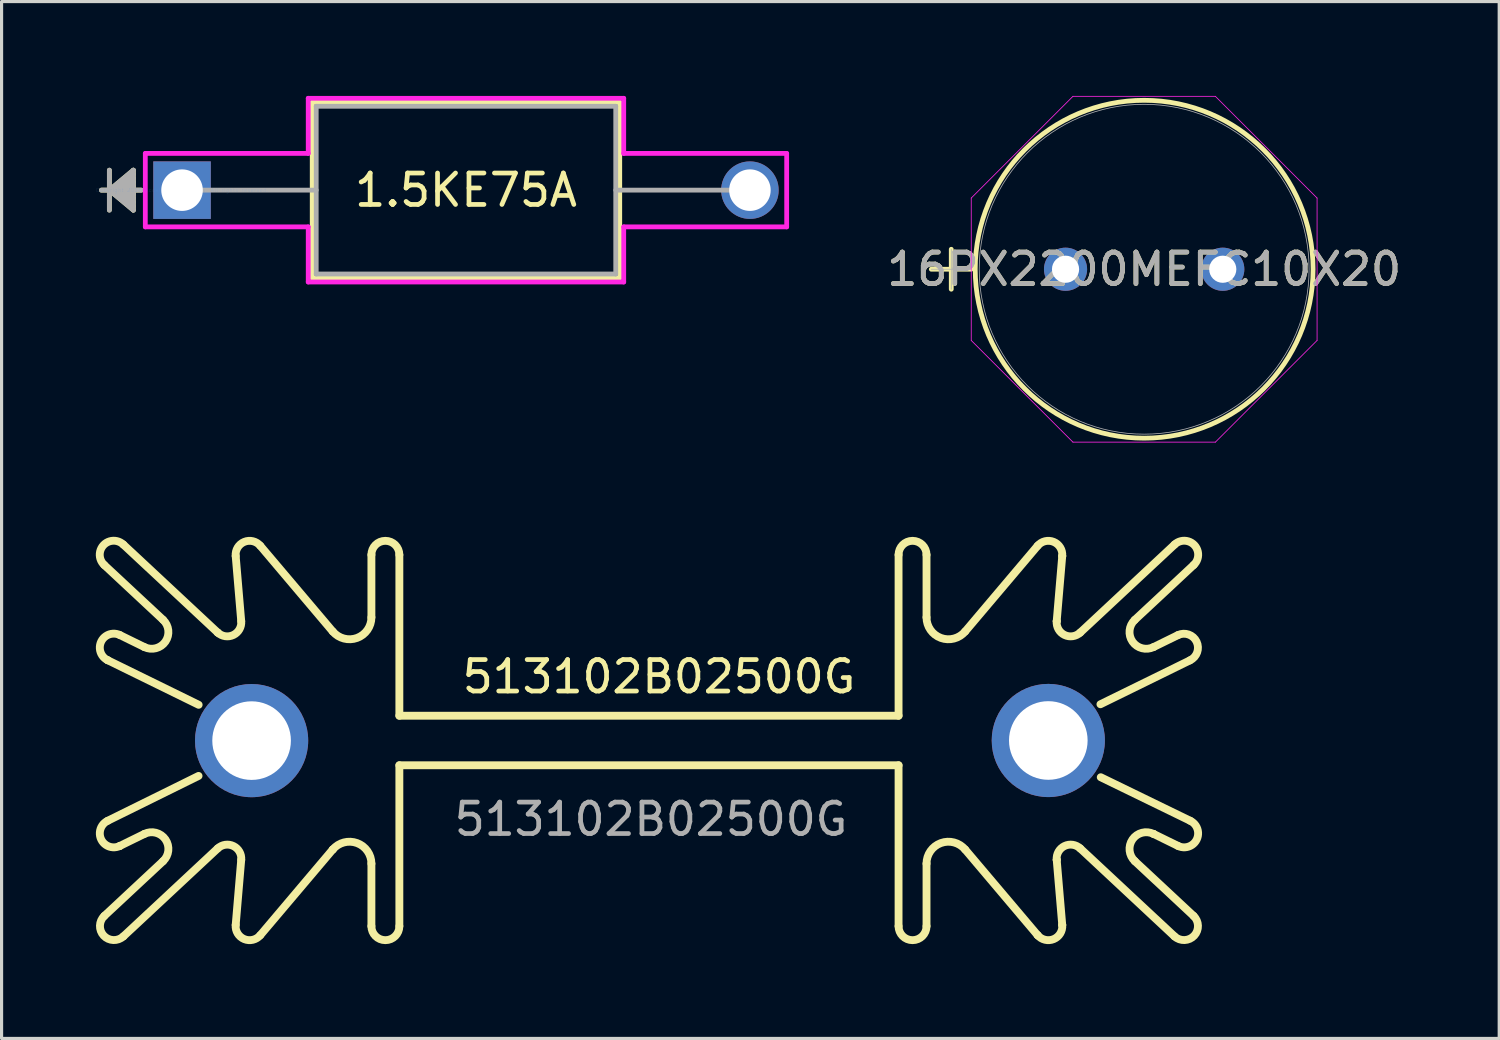
<source format=kicad_pcb>
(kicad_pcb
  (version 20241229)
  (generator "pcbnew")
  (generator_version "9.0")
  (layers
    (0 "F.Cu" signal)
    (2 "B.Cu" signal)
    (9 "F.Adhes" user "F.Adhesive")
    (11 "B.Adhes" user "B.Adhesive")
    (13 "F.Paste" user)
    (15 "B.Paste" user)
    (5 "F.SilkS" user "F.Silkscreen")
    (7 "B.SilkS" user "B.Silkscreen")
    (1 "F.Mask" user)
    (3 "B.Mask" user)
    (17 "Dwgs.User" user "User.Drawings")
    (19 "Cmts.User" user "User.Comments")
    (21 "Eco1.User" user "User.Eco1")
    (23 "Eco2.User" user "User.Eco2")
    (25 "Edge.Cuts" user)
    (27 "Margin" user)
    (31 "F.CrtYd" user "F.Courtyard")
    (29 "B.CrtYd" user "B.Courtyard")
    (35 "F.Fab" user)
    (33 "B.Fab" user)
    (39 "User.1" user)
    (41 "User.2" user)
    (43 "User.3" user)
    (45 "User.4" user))
  (footprint "16PX2200MEFC10X20"
    (layer "F.Cu")
    (at 30.835 5.512)
    (property "Reference" "16PX2200MEFC10X20" (at 2.5 0 0) (unlocked yes) (layer "F.SilkS") (effects (font (size 1 1) (thickness 0.15))))
    (attr through_hole)
    (fp_line (start -4.269 0) (end -2.999 0) (stroke (width 0.152) (type solid)) (layer "F.SilkS"))
    (fp_line (start -3.634 -0.635) (end -3.634 0.635) (stroke (width 0.152) (type solid)) (layer "F.SilkS"))
    (fp_circle (center 2.5 0) (end 7.872 0) (stroke (width 0.152) (type solid)) (fill no) (layer "F.SilkS"))
    (fp_line (start -2.999 -2.264) (end 0.236 -5.499) (stroke (width 0.025) (type solid)) (layer "F.CrtYd"))
    (fp_line (start -2.999 2.264) (end -2.999 -2.264) (stroke (width 0.025) (type solid)) (layer "F.CrtYd"))
    (fp_line (start 0.236 -5.499) (end 4.764 -5.499) (stroke (width 0.025) (type solid)) (layer "F.CrtYd"))
    (fp_line (start 0.236 5.499) (end -2.999 2.264) (stroke (width 0.025) (type solid)) (layer "F.CrtYd"))
    (fp_line (start 4.764 -5.499) (end 7.999 -2.264) (stroke (width 0.025) (type solid)) (layer "F.CrtYd"))
    (fp_line (start 4.764 5.499) (end 0.236 5.499) (stroke (width 0.025) (type solid)) (layer "F.CrtYd"))
    (fp_line (start 7.999 -2.264) (end 7.999 2.264) (stroke (width 0.025) (type solid)) (layer "F.CrtYd"))
    (fp_line (start 7.999 2.264) (end 4.764 5.499) (stroke (width 0.025) (type solid)) (layer "F.CrtYd"))
    (fp_line (start -4.269 0) (end -2.999 0) (stroke (width 0.025) (type solid)) (layer "F.Fab"))
    (fp_line (start -3.634 -0.635) (end -3.634 0.635) (stroke (width 0.025) (type solid)) (layer "F.Fab"))
    (fp_circle (center 2.5 0) (end 7.745 0) (stroke (width 0.025) (type solid)) (fill no) (layer "F.Fab"))
    (fp_text user "${REFERENCE}" (at 2.5 0 0) (unlocked yes) (layer "F.Fab") (effects (font (size 1 1) (thickness 0.15))))
    (pad "1" thru_hole circle (at 0 0) (size 1.372 1.372) (drill 0.864) (layers "*.Cu" "*.Mask"))
    (pad "2" thru_hole circle (at 5 0) (size 1.372 1.372) (drill 0.864) (layers "*.Cu" "*.Mask")))
  (footprint "1.5KE75A"
    (layer "F.Cu")
    (at 2.739 2.997)
    (property "Reference" "1.5KE75A" (at 9.03 0 0) (layer "F.SilkS") (effects (font (size 1 1) (thickness 0.15))))
    (attr through_hole)
    (fp_line (start -2.311 -0.635) (end -2.311 0.635) (stroke (width 0.152) (type solid)) (layer "F.SilkS"))
    (fp_line (start -2.311 0) (end -1.549 -0.635) (stroke (width 0.152) (type solid)) (layer "F.SilkS"))
    (fp_line (start -2.311 0) (end -1.549 -0.508) (stroke (width 0.152) (type solid)) (layer "F.SilkS"))
    (fp_line (start -2.311 0) (end -1.549 -0.381) (stroke (width 0.152) (type solid)) (layer "F.SilkS"))
    (fp_line (start -2.311 0) (end -1.549 -0.254) (stroke (width 0.152) (type solid)) (layer "F.SilkS"))
    (fp_line (start -2.311 0) (end -1.549 -0.127) (stroke (width 0.152) (type solid)) (layer "F.SilkS"))
    (fp_line (start -2.311 0) (end -1.549 0.127) (stroke (width 0.152) (type solid)) (layer "F.SilkS"))
    (fp_line (start -2.311 0) (end -1.549 0.254) (stroke (width 0.152) (type solid)) (layer "F.SilkS"))
    (fp_line (start -2.311 0) (end -1.549 0.381) (stroke (width 0.152) (type solid)) (layer "F.SilkS"))
    (fp_line (start -2.311 0) (end -1.549 0.508) (stroke (width 0.152) (type solid)) (layer "F.SilkS"))
    (fp_line (start -2.311 0) (end -1.549 0.635) (stroke (width 0.152) (type solid)) (layer "F.SilkS"))
    (fp_line (start -1.549 -0.635) (end -1.549 0.635) (stroke (width 0.152) (type solid)) (layer "F.SilkS"))
    (fp_line (start -1.295 0) (end -2.565 0) (stroke (width 0.152) (type solid)) (layer "F.SilkS"))
    (fp_line (start 4.14 -2.794) (end 4.14 2.794) (stroke (width 0.152) (type solid)) (layer "F.SilkS"))
    (fp_line (start 4.14 2.794) (end 13.919 2.794) (stroke (width 0.152) (type solid)) (layer "F.SilkS"))
    (fp_line (start 13.919 -2.794) (end 4.14 -2.794) (stroke (width 0.152) (type solid)) (layer "F.SilkS"))
    (fp_line (start 13.919 2.794) (end 13.919 -2.794) (stroke (width 0.152) (type solid)) (layer "F.SilkS"))
    (fp_line (start -1.168 -1.168) (end 4.013 -1.168) (stroke (width 0.152) (type solid)) (layer "F.CrtYd"))
    (fp_line (start -1.168 1.168) (end -1.168 -1.168) (stroke (width 0.152) (type solid)) (layer "F.CrtYd"))
    (fp_line (start 4.013 -2.921) (end 14.046 -2.921) (stroke (width 0.152) (type solid)) (layer "F.CrtYd"))
    (fp_line (start 4.013 -1.168) (end 4.013 -2.921) (stroke (width 0.152) (type solid)) (layer "F.CrtYd"))
    (fp_line (start 4.013 1.168) (end -1.168 1.168) (stroke (width 0.152) (type solid)) (layer "F.CrtYd"))
    (fp_line (start 4.013 2.921) (end 4.013 1.168) (stroke (width 0.152) (type solid)) (layer "F.CrtYd"))
    (fp_line (start 14.046 -2.921) (end 14.046 -1.168) (stroke (width 0.152) (type solid)) (layer "F.CrtYd"))
    (fp_line (start 14.046 -1.168) (end 19.228 -1.168) (stroke (width 0.152) (type solid)) (layer "F.CrtYd"))
    (fp_line (start 14.046 1.168) (end 14.046 2.921) (stroke (width 0.152) (type solid)) (layer "F.CrtYd"))
    (fp_line (start 14.046 2.921) (end 4.013 2.921) (stroke (width 0.152) (type solid)) (layer "F.CrtYd"))
    (fp_line (start 19.228 -1.168) (end 19.228 1.168) (stroke (width 0.152) (type solid)) (layer "F.CrtYd"))
    (fp_line (start 19.228 1.168) (end 14.046 1.168) (stroke (width 0.152) (type solid)) (layer "F.CrtYd"))
    (fp_line (start -2.311 -0.635) (end -2.311 0.635) (stroke (width 0.152) (type solid)) (layer "F.Fab"))
    (fp_line (start -2.311 0) (end -1.549 -0.635) (stroke (width 0.152) (type solid)) (layer "F.Fab"))
    (fp_line (start -2.311 0) (end -1.549 -0.508) (stroke (width 0.152) (type solid)) (layer "F.Fab"))
    (fp_line (start -2.311 0) (end -1.549 -0.381) (stroke (width 0.152) (type solid)) (layer "F.Fab"))
    (fp_line (start -2.311 0) (end -1.549 -0.254) (stroke (width 0.152) (type solid)) (layer "F.Fab"))
    (fp_line (start -2.311 0) (end -1.549 -0.127) (stroke (width 0.152) (type solid)) (layer "F.Fab"))
    (fp_line (start -2.311 0) (end -1.549 0.127) (stroke (width 0.152) (type solid)) (layer "F.Fab"))
    (fp_line (start -2.311 0) (end -1.549 0.254) (stroke (width 0.152) (type solid)) (layer "F.Fab"))
    (fp_line (start -2.311 0) (end -1.549 0.381) (stroke (width 0.152) (type solid)) (layer "F.Fab"))
    (fp_line (start -2.311 0) (end -1.549 0.508) (stroke (width 0.152) (type solid)) (layer "F.Fab"))
    (fp_line (start -2.311 0) (end -1.549 0.635) (stroke (width 0.152) (type solid)) (layer "F.Fab"))
    (fp_line (start -1.549 -0.635) (end -1.549 0.635) (stroke (width 0.152) (type solid)) (layer "F.Fab"))
    (fp_line (start -1.295 0) (end -2.565 0) (stroke (width 0.152) (type solid)) (layer "F.Fab"))
    (fp_line (start 0 0) (end 4.267 0) (stroke (width 0.152) (type solid)) (layer "F.Fab"))
    (fp_line (start 4.267 -2.667) (end 4.267 2.667) (stroke (width 0.152) (type solid)) (layer "F.Fab"))
    (fp_line (start 4.267 2.667) (end 13.792 2.667) (stroke (width 0.152) (type solid)) (layer "F.Fab"))
    (fp_line (start 13.792 -2.667) (end 4.267 -2.667) (stroke (width 0.152) (type solid)) (layer "F.Fab"))
    (fp_line (start 13.792 2.667) (end 13.792 -2.667) (stroke (width 0.152) (type solid)) (layer "F.Fab"))
    (fp_line (start 18.059 0) (end 13.792 0) (stroke (width 0.152) (type solid)) (layer "F.Fab"))
    (fp_text user "Copyright 2016 Accelerated Designs. All rights reserved." (at 0 0 0) (layer "Cmts.User") (effects (font (size 0.127 0.127) (thickness 0.002))))
    (pad "1" thru_hole rect (at 0 0) (size 1.829 1.829) (drill 1.321) (layers "*.Cu" "*.Mask"))
    (pad "2" thru_hole circle (at 18.059 0) (size 1.829 1.829) (drill 1.321) (layers "*.Cu" "*.Mask")))
  (footprint "513102B02500G"
    (layer "F.Cu")
    (at 17.651 20.502)
    (property "Reference" "513102B02500G" (at 0.254 -2.032 0) (unlocked yes) (layer "F.SilkS") (effects (font (size 1 1) (thickness 0.15))))
    (attr through_hole)
    (fp_line (start -17.385 -5.584) (end -15.514 -3.84) (stroke (width 0.25) (type default)) (layer "F.SilkS"))
    (fp_line (start -17.385 5.577) (end -15.514 3.833) (stroke (width 0.25) (type default)) (layer "F.SilkS"))
    (fp_line (start -17.277 2.55) (end -14.387 1.123) (stroke (width 0.25) (type default)) (layer "F.SilkS"))
    (fp_line (start -17.277 -2.557) (end -17.277 -2.557) (stroke (width 0.25) (type default)) (layer "F.SilkS"))
    (fp_line (start -17.277 -2.557) (end -14.384 -1.139) (stroke (width 0.25) (type default)) (layer "F.SilkS"))
    (fp_line (start -16.886 3.348) (end -16.886 3.348) (stroke (width 0.25) (type default)) (layer "F.SilkS"))
    (fp_line (start -16.111 2.968) (end -16.886 3.348) (stroke (width 0.25) (type default)) (layer "F.SilkS"))
    (fp_line (start -16.111 -2.975) (end -16.886 -3.355) (stroke (width 0.25) (type default)) (layer "F.SilkS"))
    (fp_line (start -13.776 -3.434) (end -16.778 -6.234) (stroke (width 0.25) (type default)) (layer "F.SilkS"))
    (fp_line (start -13.776 3.427) (end -16.778 6.227) (stroke (width 0.25) (type default)) (layer "F.SilkS"))
    (fp_line (start -13.776 -3.434) (end -13.776 -3.434) (stroke (width 0.25) (type default)) (layer "F.SilkS"))
    (fp_line (start -13.206 -5.871) (end -13.03 -3.797) (stroke (width 0.25) (type default)) (layer "F.SilkS"))
    (fp_line (start -13.206 5.864) (end -13.03 3.79) (stroke (width 0.25) (type default)) (layer "F.SilkS"))
    (fp_line (start -10.118 -3.469) (end -12.424 -6.196) (stroke (width 0.25) (type default)) (layer "F.SilkS"))
    (fp_line (start -10.118 3.462) (end -12.424 6.189) (stroke (width 0.25) (type default)) (layer "F.SilkS"))
    (fp_line (start -10.118 3.462) (end -10.118 3.462) (stroke (width 0.25) (type default)) (layer "F.SilkS"))
    (fp_line (start -8.89 -5.909) (end -8.89 -3.919) (stroke (width 0.25) (type default)) (layer "F.SilkS"))
    (fp_line (start -8.89 5.902) (end -8.89 3.912) (stroke (width 0.25) (type default)) (layer "F.SilkS"))
    (fp_line (start -8.001 -0.791) (end -8.001 -5.909) (stroke (width 0.25) (type default)) (layer "F.SilkS"))
    (fp_line (start -8.001 0.784) (end -8.001 5.902) (stroke (width 0.25) (type default)) (layer "F.SilkS"))
    (fp_line (start -8.001 0.784) (end 7.874 0.784) (stroke (width 0.25) (type default)) (layer "F.SilkS"))
    (fp_line (start 7.874 -0.791) (end -8.001 -0.791) (stroke (width 0.25) (type default)) (layer "F.SilkS"))
    (fp_line (start 7.874 -0.791) (end 7.874 -5.909) (stroke (width 0.25) (type default)) (layer "F.SilkS"))
    (fp_line (start 7.874 0.784) (end 7.874 5.902) (stroke (width 0.25) (type default)) (layer "F.SilkS"))
    (fp_line (start 8.763 -5.909) (end 8.763 -3.919) (stroke (width 0.25) (type default)) (layer "F.SilkS"))
    (fp_line (start 8.763 5.902) (end 8.763 3.912) (stroke (width 0.25) (type default)) (layer "F.SilkS"))
    (fp_line (start 9.991 -3.469) (end 12.297 -6.196) (stroke (width 0.25) (type default)) (layer "F.SilkS"))
    (fp_line (start 9.991 3.462) (end 12.297 6.189) (stroke (width 0.25) (type default)) (layer "F.SilkS"))
    (fp_line (start 12.297 6.189) (end 12.297 6.189) (stroke (width 0.25) (type default)) (layer "F.SilkS"))
    (fp_line (start 12.903 3.79) (end 12.903 3.79) (stroke (width 0.25) (type default)) (layer "F.SilkS"))
    (fp_line (start 12.903 -3.797) (end 12.903 -3.797) (stroke (width 0.25) (type default)) (layer "F.SilkS"))
    (fp_line (start 13.079 -5.871) (end 13.079 -5.871) (stroke (width 0.25) (type default)) (layer "F.SilkS"))
    (fp_line (start 13.079 5.864) (end 13.079 5.864) (stroke (width 0.25) (type default)) (layer "F.SilkS"))
    (fp_line (start 13.079 -5.871) (end 12.903 -3.797) (stroke (width 0.25) (type default)) (layer "F.SilkS"))
    (fp_line (start 13.079 5.864) (end 12.903 3.79) (stroke (width 0.25) (type default)) (layer "F.SilkS"))
    (fp_line (start 13.649 -3.434) (end 16.651 -6.234) (stroke (width 0.25) (type default)) (layer "F.SilkS"))
    (fp_line (start 13.649 3.427) (end 16.651 6.227) (stroke (width 0.25) (type default)) (layer "F.SilkS"))
    (fp_line (start 15.984 2.968) (end 15.984 2.968) (stroke (width 0.25) (type default)) (layer "F.SilkS"))
    (fp_line (start 15.984 -2.975) (end 16.759 -3.355) (stroke (width 0.25) (type default)) (layer "F.SilkS"))
    (fp_line (start 15.984 2.968) (end 16.759 3.348) (stroke (width 0.25) (type default)) (layer "F.SilkS"))
    (fp_line (start 17.142 -2.553) (end 14.294 -1.156) (stroke (width 0.25) (type default)) (layer "F.SilkS"))
    (fp_line (start 17.15 2.55) (end 14.304 1.165) (stroke (width 0.25) (type default)) (layer "F.SilkS"))
    (fp_line (start 17.258 -5.584) (end 15.383 -3.836) (stroke (width 0.25) (type default)) (layer "F.SilkS"))
    (fp_line (start 17.258 5.577) (end 15.387 3.833) (stroke (width 0.25) (type default)) (layer "F.SilkS"))
    (fp_arc (start -17.384648 -5.583979) (mid -17.406587 -6.212214) (end -16.778352 -6.234153) (stroke (width 0.25) (type default)) (layer "F.SilkS"))
    (fp_arc (start -17.277406 -2.557317) (mid -17.4805 -3.152223) (end -16.885594 -3.355316) (stroke (width 0.25) (type default)) (layer "F.SilkS"))
    (fp_arc (start -16.885594 3.348183) (mid -17.4805 3.14509) (end -17.277407 2.550184) (stroke (width 0.25) (type default)) (layer "F.SilkS"))
    (fp_arc (start -16.778352 6.227021) (mid -17.406587 6.205082) (end -17.384648 5.576847) (stroke (width 0.25) (type default)) (layer "F.SilkS"))
    (fp_arc (start -16.110621 2.967678) (mid -15.439289 3.14301) (end -15.514373 3.832786) (stroke (width 0.25) (type default)) (layer "F.SilkS"))
    (fp_arc (start -15.514371 -3.839918) (mid -15.439287 -3.150141) (end -16.11062 -2.97481) (stroke (width 0.25) (type default)) (layer "F.SilkS"))
    (fp_arc (start -13.775747 3.427047) (mid -13.278201 3.352397) (end -13.029703 3.78986) (stroke (width 0.25) (type default)) (layer "F.SilkS"))
    (fp_arc (start -13.206396 -5.871341) (mid -12.933933 -6.319594) (end -12.424111 -6.196111) (stroke (width 0.25) (type default)) (layer "F.SilkS"))
    (fp_arc (start -13.029703 -3.796991) (mid -13.278201 -3.359529) (end -13.775746 -3.43418) (stroke (width 0.25) (type default)) (layer "F.SilkS"))
    (fp_arc (start -12.424111 6.188979) (mid -12.933934 6.312462) (end -13.206396 5.864209) (stroke (width 0.25) (type default)) (layer "F.SilkS"))
    (fp_arc (start -10.117746 3.462025) (mid -9.346801 3.257864) (end -8.89 3.911599) (stroke (width 0.25) (type default)) (layer "F.SilkS"))
    (fp_arc (start -8.89 -5.909066) (mid -8.4455 -6.353566) (end -8.001 -5.909066) (stroke (width 0.25) (type default)) (layer "F.SilkS"))
    (fp_arc (start -8.89 -3.918732) (mid -9.346801 -3.264996) (end -10.117747 -3.469155) (stroke (width 0.25) (type default)) (layer "F.SilkS"))
    (fp_arc (start -8.001 5.901934) (mid -8.4455 6.346434) (end -8.89 5.901934) (stroke (width 0.25) (type default)) (layer "F.SilkS"))
    (fp_arc (start 7.874 -5.909066) (mid 8.3185 -6.353566) (end 8.763 -5.909066) (stroke (width 0.25) (type default)) (layer "F.SilkS"))
    (fp_arc (start 8.763 3.911634) (mid 9.219811 3.257885) (end 9.99077 3.462051) (stroke (width 0.25) (type default)) (layer "F.SilkS"))
    (fp_arc (start 8.763 5.901934) (mid 8.3185 6.346434) (end 7.874 5.901934) (stroke (width 0.25) (type default)) (layer "F.SilkS"))
    (fp_arc (start 9.99077 -3.469183) (mid 9.219812 -3.265019) (end 8.763 -3.918766) (stroke (width 0.25) (type default)) (layer "F.SilkS"))
    (fp_arc (start 12.29711 -6.19611) (mid 12.806933 -6.319593) (end 13.079395 -5.87134) (stroke (width 0.25) (type default)) (layer "F.SilkS"))
    (fp_arc (start 12.902704 3.78986) (mid 13.151202 3.352397) (end 13.648748 3.427048) (stroke (width 0.25) (type default)) (layer "F.SilkS"))
    (fp_arc (start 13.079395 5.864208) (mid 12.806932 6.312461) (end 12.297111 6.188977) (stroke (width 0.25) (type default)) (layer "F.SilkS"))
    (fp_arc (start 13.648748 -3.43418) (mid 13.151202 -3.35953) (end 12.902705 -3.796992) (stroke (width 0.25) (type default)) (layer "F.SilkS"))
    (fp_arc (start 15.387417 3.832828) (mid 15.312334 3.143062) (end 15.983657 2.967734) (stroke (width 0.25) (type default)) (layer "F.SilkS"))
    (fp_arc (start 15.983671 -2.974835) (mid 15.314019 -3.147706) (end 15.383022 -3.835862) (stroke (width 0.25) (type default)) (layer "F.SilkS"))
    (fp_arc (start 16.651352 -6.234153) (mid 17.279587 -6.212214) (end 17.257648 -5.583979) (stroke (width 0.25) (type default)) (layer "F.SilkS"))
    (fp_arc (start 16.758574 -3.355306) (mid 17.35548 -3.14819) (end 17.142402 -2.553386) (stroke (width 0.25) (type default)) (layer "F.SilkS"))
    (fp_arc (start 17.150466 2.550214) (mid 17.35356 3.14512) (end 16.758654 3.348214) (stroke (width 0.25) (type default)) (layer "F.SilkS"))
    (fp_arc (start 17.257648 5.576847) (mid 17.279587 6.205082) (end 16.651352 6.227021) (stroke (width 0.25) (type default)) (layer "F.SilkS"))
    (fp_text user "${REFERENCE}" (at 0 2.5 0) (unlocked yes) (layer "F.Fab") (effects (font (size 1 1) (thickness 0.15))))
    (pad "" thru_hole circle (at -12.7 0) (size 3.6 3.6) (drill 2.5) (layers "*.Cu" "*.Mask"))
    (pad "" thru_hole circle (at 12.636 -0.004) (size 3.6 3.6) (drill 2.5) (layers "*.Cu" "*.Mask")))
  (gr_rect
    (start -3 -3)
    (end 44.626 29.974)
    (stroke (width 0.1) (type default))
    (fill no)
    (layer "Edge.Cuts")))
</source>
